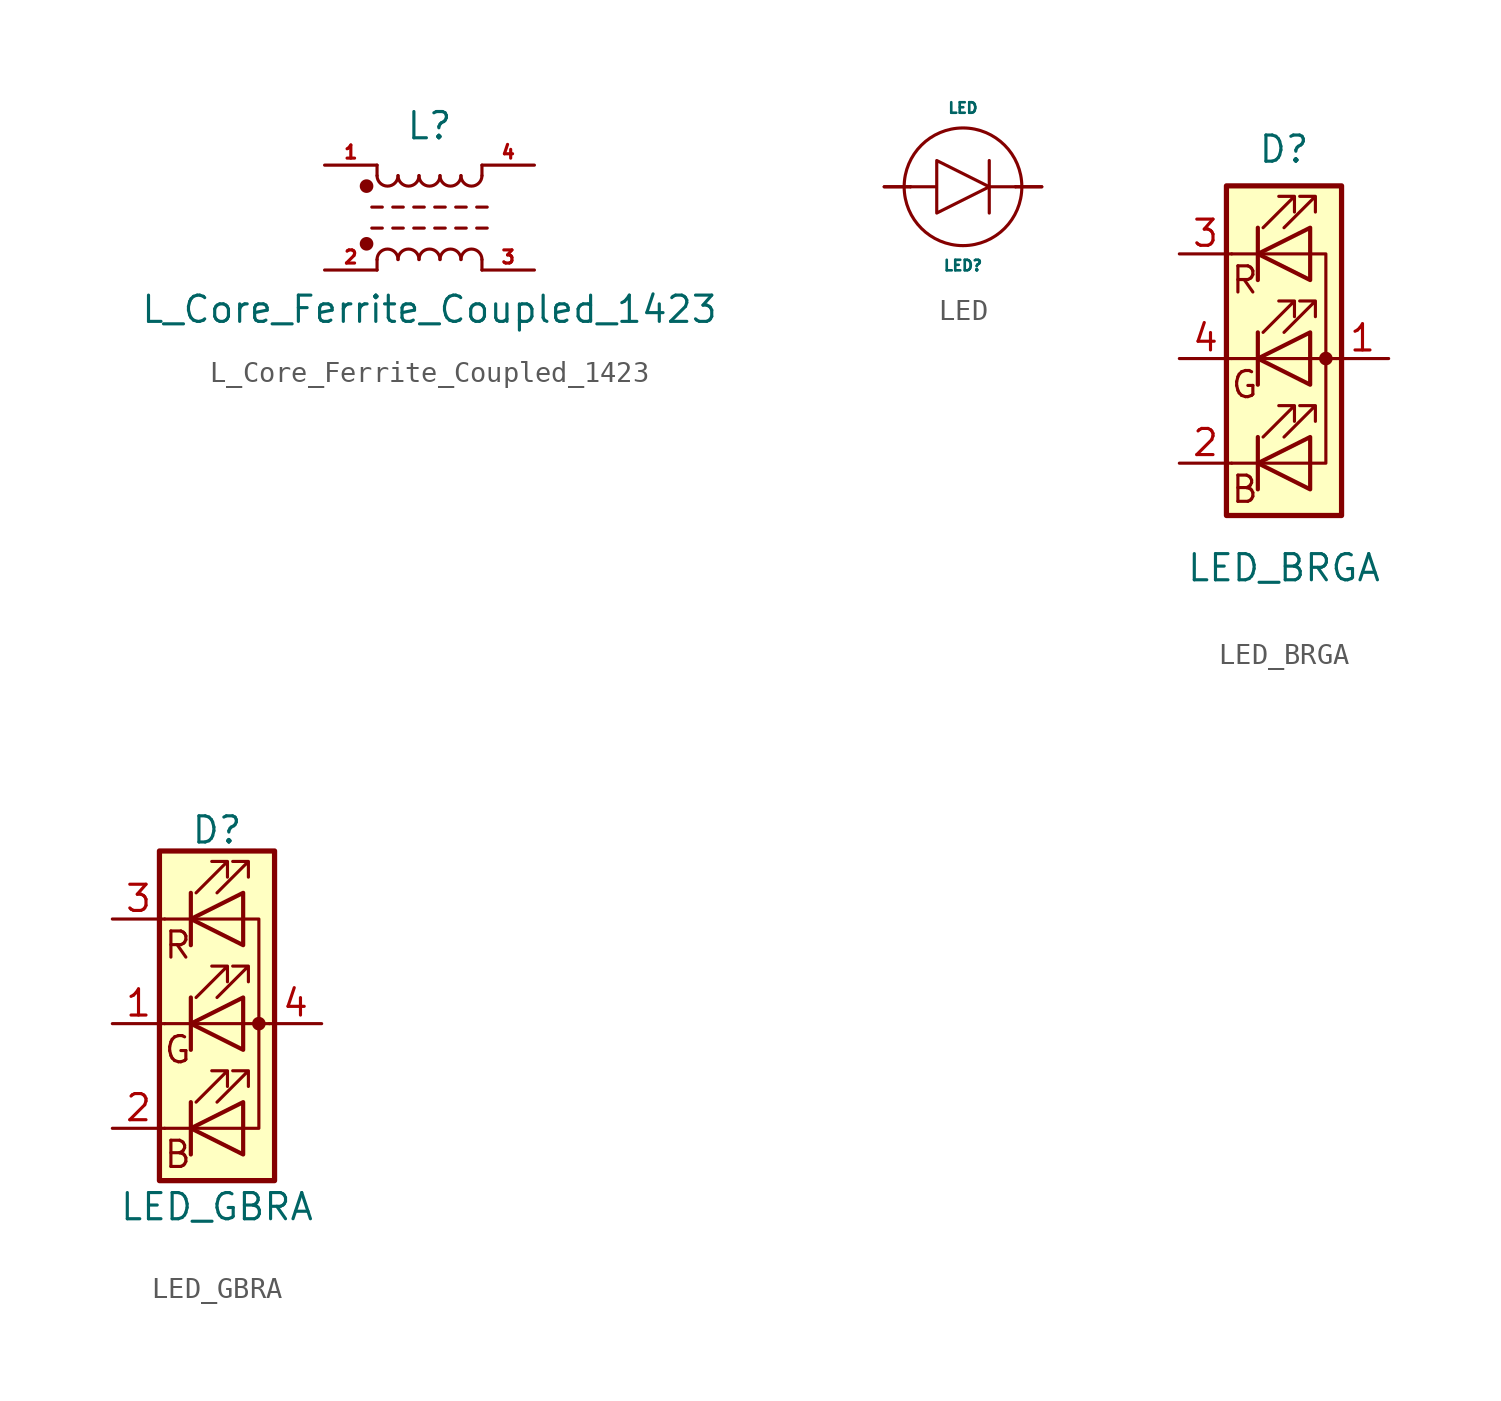
<source format=kicad_sym>
(kicad_symbol_lib
  (version 20211014)
  (generator kicad_symbol_editor)
  (symbol "acheron_Symbols:L_Core_Ferrite_Coupled_1423"
    (pin_names
      (offset 0.254) hide)
    (property "Reference" "L"
      (at 0 4.445 0)
      (effects (font (size 1.27 1.27))))
    (property "Value" "L_Core_Ferrite_Coupled_1423"
      (at 0 -4.445 0)
      (effects (font (size 1.27 1.27))))
    (symbol "L_Core_Ferrite_Coupled_1423_0_1"
      (circle (center -3.048 -1.27) (radius 0.254) (stroke (width 0) (type default) (color 0 0 0 0)) (fill (type outline)))
      (circle (center -3.048 1.524) (radius 0.254) (stroke (width 0) (type default) (color 0 0 0 0)) (fill (type outline)))
      (arc (start -2.54 2.032) (mid -2.032 1.524) (end -1.524 2.032) (stroke (width 0) (type default) (color 0 0 0 0)) (fill (type none)))
      (arc (start -1.524 -2.032) (mid -2.032 -1.524) (end -2.54 -2.032) (stroke (width 0) (type default) (color 0 0 0 0)) (fill (type none)))
      (arc (start -1.524 2.032) (mid -1.016 1.524) (end -0.508 2.032) (stroke (width 0) (type default) (color 0 0 0 0)) (fill (type none)))
      (arc (start -0.508 -2.032) (mid -1.016 -1.524) (end -1.524 -2.032) (stroke (width 0) (type default) (color 0 0 0 0)) (fill (type none)))
      (arc (start -0.508 2.032) (mid 0 1.524) (end 0.508 2.032) (stroke (width 0) (type default) (color 0 0 0 0)) (fill (type none)))
      (polyline (pts (xy -2.794 -0.508) (xy -2.286 -0.508)) (stroke (width 0) (type default) (color 0 0 0 0)) (fill (type none)))
      (polyline (pts (xy -2.794 0.508) (xy -2.286 0.508)) (stroke (width 0) (type default) (color 0 0 0 0)) (fill (type none)))
      (polyline (pts (xy -2.54 -2.032) (xy -2.54 -2.54)) (stroke (width 0) (type default) (color 0 0 0 0)) (fill (type none)))
      (polyline (pts (xy -2.54 2.032) (xy -2.54 2.54)) (stroke (width 0) (type default) (color 0 0 0 0)) (fill (type none)))
      (polyline (pts (xy -1.778 -0.508) (xy -1.27 -0.508)) (stroke (width 0) (type default) (color 0 0 0 0)) (fill (type none)))
      (polyline (pts (xy -1.778 0.508) (xy -1.27 0.508)) (stroke (width 0) (type default) (color 0 0 0 0)) (fill (type none)))
      (polyline (pts (xy -0.762 -0.508) (xy -0.254 -0.508)) (stroke (width 0) (type default) (color 0 0 0 0)) (fill (type none)))
      (polyline (pts (xy -0.762 0.508) (xy -0.254 0.508)) (stroke (width 0) (type default) (color 0 0 0 0)) (fill (type none)))
      (polyline (pts (xy 0.254 -0.508) (xy 0.762 -0.508)) (stroke (width 0) (type default) (color 0 0 0 0)) (fill (type none)))
      (polyline (pts (xy 0.254 0.508) (xy 0.762 0.508)) (stroke (width 0) (type default) (color 0 0 0 0)) (fill (type none)))
      (polyline (pts (xy 1.27 -0.508) (xy 1.778 -0.508)) (stroke (width 0) (type default) (color 0 0 0 0)) (fill (type none)))
      (polyline (pts (xy 1.27 0.508) (xy 1.778 0.508)) (stroke (width 0) (type default) (color 0 0 0 0)) (fill (type none)))
      (polyline (pts (xy 2.286 -0.508) (xy 2.794 -0.508)) (stroke (width 0) (type default) (color 0 0 0 0)) (fill (type none)))
      (polyline (pts (xy 2.286 0.508) (xy 2.794 0.508)) (stroke (width 0) (type default) (color 0 0 0 0)) (fill (type none)))
      (polyline (pts (xy 2.54 -2.032) (xy 2.54 -2.54)) (stroke (width 0) (type default) (color 0 0 0 0)) (fill (type none)))
      (polyline (pts (xy 2.54 2.54) (xy 2.54 2.032)) (stroke (width 0) (type default) (color 0 0 0 0)) (fill (type none)))
      (arc (start 0.508 -2.032) (mid 0 -1.524) (end -0.508 -2.032) (stroke (width 0) (type default) (color 0 0 0 0)) (fill (type none)))
      (arc (start 0.508 2.032) (mid 1.016 1.524) (end 1.524 2.032) (stroke (width 0) (type default) (color 0 0 0 0)) (fill (type none)))
      (arc (start 1.524 -2.032) (mid 1.016 -1.524) (end 0.508 -2.032) (stroke (width 0) (type default) (color 0 0 0 0)) (fill (type none)))
      (arc (start 1.524 2.032) (mid 2.032 1.524) (end 2.54 2.032) (stroke (width 0) (type default) (color 0 0 0 0)) (fill (type none)))
      (arc (start 2.54 -2.032) (mid 2.032 -1.524) (end 1.524 -2.032) (stroke (width 0) (type default) (color 0 0 0 0)) (fill (type none))))
    (symbol "L_Core_Ferrite_Coupled_1423_1_1"
      (pin passive line (at -5.08 2.54 0) (length 2.54) (name "1" (effects (font (size 0.635 0.635)))) (number "1" (effects (font (size 0.635 0.635)))))
      (pin passive line (at -5.08 -2.54 0) (length 2.54) (name "2" (effects (font (size 0.635 0.635)))) (number "2" (effects (font (size 0.635 0.635)))))
      (pin passive line (at 5.08 -2.54 180) (length 2.54) (name "3" (effects (font (size 0.635 0.635)))) (number "3" (effects (font (size 0.635 0.635)))))
      (pin passive line (at 5.08 2.54 180) (length 2.54) (name "4" (effects (font (size 0.635 0.635)))) (number "4" (effects (font (size 0.635 0.635)))))))
  (symbol "acheron_Symbols:LED"
    (pin_names
      (offset 1.016))
    (property "Reference" "LED"
      (at 0 -3.81 0)
      (effects (font (size 0.508 0.508))))
    (property "Value" "LED"
      (at 0 3.81 0)
      (effects (font (size 0.508 0.508))))
    (symbol "LED_0_1"
      (polyline (pts (xy -2.54 0) (xy -3.81 0)) (stroke (width 0) (type default) (color 0 0 0 0)) (fill (type none)))
      (polyline (pts (xy 1.27 0) (xy 2.54 0)) (stroke (width 0) (type default) (color 0 0 0 0)) (fill (type none)))
      (polyline (pts (xy 1.27 1.27) (xy 1.27 -1.27)) (stroke (width 0) (type default) (color 0 0 0 0)) (fill (type none)))
      (polyline (pts (xy 2.54 0) (xy 3.81 0)) (stroke (width 0) (type default) (color 0 0 0 0)) (fill (type none)))
      (polyline (pts (xy -2.54 0) (xy -1.27 0) (xy -1.27 1.27) (xy -1.27 -1.27) (xy 1.27 0) (xy -1.27 1.27) (xy -1.27 0)) (stroke (width 0) (type default) (color 0 0 0 0)) (fill (type none)))
      (circle (center 0 0) (radius 2.845) (stroke (width 0) (type default) (color 0 0 0 0)) (fill (type none))))
    (symbol "LED_1_1"
      (pin input line (at -3.81 0 0) (length 1.27) (name "A" (effects (font (size 0 0)))) (number "A" (effects (font (size 0 0)))))
      (pin output line (at 3.81 0 180) (length 1.27) (name "K" (effects (font (size 0 0)))) (number "K" (effects (font (size 0 0)))))))
  (symbol "acheron_Symbols:LED_BRGA"
    (pin_names
      (offset 0) hide)
    (property "Reference" "D"
      (at 0 10.16 0)
      (effects (font (size 1.27 1.27))))
    (property "Value" "LED_BRGA"
      (at 0 -10.16 0)
      (effects (font (size 1.27 1.27))))
    (symbol "LED_BRGA_1_0"
      (text "B" (at -1.905 -6.35 0) (effects (font (size 1.27 1.27))))
      (text "G" (at -1.905 -1.27 0) (effects (font (size 1.27 1.27))))
      (text "R" (at -1.905 3.81 0) (effects (font (size 1.27 1.27)))))
    (symbol "LED_BRGA_1_1"
      (polyline (pts (xy -2.54 -5.08) (xy 1.27 -5.08)) (stroke (width 0) (type default) (color 0 0 0 0)) (fill (type none)))
      (polyline (pts (xy -1.27 -3.81) (xy -1.27 -6.35)) (stroke (width 0.203) (type default) (color 0 0 0 0)) (fill (type none)))
      (polyline (pts (xy -1.27 1.27) (xy -1.27 -1.27)) (stroke (width 0.203) (type default) (color 0 0 0 0)) (fill (type none)))
      (polyline (pts (xy -1.27 6.35) (xy -1.27 3.81)) (stroke (width 0.203) (type default) (color 0 0 0 0)) (fill (type none)))
      (polyline (pts (xy 1.27 5.08) (xy -2.54 5.08)) (stroke (width 0) (type default) (color 0 0 0 0)) (fill (type none)))
      (polyline (pts (xy 2.54 0) (xy -2.54 0)) (stroke (width 0) (type default) (color 0 0 0 0)) (fill (type none)))
      (polyline (pts (xy 1.27 -5.08) (xy 2.032 -5.08) (xy 2.032 5.08) (xy 1.27 5.08)) (stroke (width 0) (type default) (color 0 0 0 0)) (fill (type none)))
      (polyline (pts (xy 1.27 -3.81) (xy 1.27 -6.35) (xy -1.27 -5.08) (xy 1.27 -3.81)) (stroke (width 0.203) (type default) (color 0 0 0 0)) (fill (type none)))
      (polyline (pts (xy 1.27 1.27) (xy 1.27 -1.27) (xy -1.27 0) (xy 1.27 1.27)) (stroke (width 0.203) (type default) (color 0 0 0 0)) (fill (type none)))
      (polyline (pts (xy 1.27 6.35) (xy 1.27 3.81) (xy -1.27 5.08) (xy 1.27 6.35)) (stroke (width 0.203) (type default) (color 0 0 0 0)) (fill (type none)))
      (polyline (pts (xy -1.016 -3.81) (xy 0.508 -2.286) (xy -0.254 -2.286) (xy 0.508 -2.286) (xy 0.508 -3.048)) (stroke (width 0) (type default) (color 0 0 0 0)) (fill (type none)))
      (polyline (pts (xy -1.016 1.27) (xy 0.508 2.794) (xy -0.254 2.794) (xy 0.508 2.794) (xy 0.508 2.032)) (stroke (width 0) (type default) (color 0 0 0 0)) (fill (type none)))
      (polyline (pts (xy -1.016 6.35) (xy 0.508 7.874) (xy -0.254 7.874) (xy 0.508 7.874) (xy 0.508 7.112)) (stroke (width 0) (type default) (color 0 0 0 0)) (fill (type none)))
      (polyline (pts (xy 0 -3.81) (xy 1.524 -2.286) (xy 0.762 -2.286) (xy 1.524 -2.286) (xy 1.524 -3.048)) (stroke (width 0) (type default) (color 0 0 0 0)) (fill (type none)))
      (polyline (pts (xy 0 1.27) (xy 1.524 2.794) (xy 0.762 2.794) (xy 1.524 2.794) (xy 1.524 2.032)) (stroke (width 0) (type default) (color 0 0 0 0)) (fill (type none)))
      (polyline (pts (xy 0 6.35) (xy 1.524 7.874) (xy 0.762 7.874) (xy 1.524 7.874) (xy 1.524 7.112)) (stroke (width 0) (type default) (color 0 0 0 0)) (fill (type none)))
      (rectangle (start 1.27 6.35) (end 1.27 6.35) (stroke (width 0) (type default) (color 0 0 0 0)) (fill (type none)))
      (circle (center 2.032 0) (radius 0.254) (stroke (width 0) (type default) (color 0 0 0 0)) (fill (type outline)))
      (rectangle (start 2.794 8.382) (end -2.794 -7.62) (stroke (width 0.254) (type default) (color 0 0 0 0)) (fill (type background)))
      (pin passive line (at 5.08 0 180) (length 2.54) (name "4" (effects (font (size 1.27 1.27)))) (number "1" (effects (font (size 1.27 1.27)))))
      (pin passive line (at -5.08 -5.08 0) (length 2.54) (name "1" (effects (font (size 1.27 1.27)))) (number "2" (effects (font (size 1.27 1.27)))))
      (pin passive line (at -5.08 5.08 0) (length 2.54) (name "2" (effects (font (size 1.27 1.27)))) (number "3" (effects (font (size 1.27 1.27)))))
      (pin passive line (at -5.08 0 0) (length 2.54) (name "3" (effects (font (size 1.27 1.27)))) (number "4" (effects (font (size 1.27 1.27)))))))
  (symbol "acheron_Symbols:LED_GBRA"
    (pin_names
      (offset 0) hide)
    (property "Reference" "D"
      (at 0 9.398 0)
      (effects (font (size 1.27 1.27))))
    (property "Value" "LED_GBRA"
      (at 0 -8.89 0)
      (effects (font (size 1.27 1.27))))
    (symbol "LED_GBRA_0_0"
      (text "B" (at -1.905 -6.35 0) (effects (font (size 1.27 1.27))))
      (text "G" (at -1.905 -1.27 0) (effects (font (size 1.27 1.27))))
      (text "R" (at -1.905 3.81 0) (effects (font (size 1.27 1.27)))))
    (symbol "LED_GBRA_0_1"
      (polyline (pts (xy -2.54 -5.08) (xy 1.27 -5.08)) (stroke (width 0) (type default) (color 0 0 0 0)) (fill (type none)))
      (polyline (pts (xy -1.27 -3.81) (xy -1.27 -6.35)) (stroke (width 0.203) (type default) (color 0 0 0 0)) (fill (type none)))
      (polyline (pts (xy -1.27 1.27) (xy -1.27 -1.27)) (stroke (width 0.203) (type default) (color 0 0 0 0)) (fill (type none)))
      (polyline (pts (xy -1.27 6.35) (xy -1.27 3.81)) (stroke (width 0.203) (type default) (color 0 0 0 0)) (fill (type none)))
      (polyline (pts (xy 1.27 5.08) (xy -2.54 5.08)) (stroke (width 0) (type default) (color 0 0 0 0)) (fill (type none)))
      (polyline (pts (xy 2.54 0) (xy -2.54 0)) (stroke (width 0) (type default) (color 0 0 0 0)) (fill (type none)))
      (polyline (pts (xy 1.27 -5.08) (xy 2.032 -5.08) (xy 2.032 5.08) (xy 1.27 5.08)) (stroke (width 0) (type default) (color 0 0 0 0)) (fill (type none)))
      (polyline (pts (xy 1.27 -3.81) (xy 1.27 -6.35) (xy -1.27 -5.08) (xy 1.27 -3.81)) (stroke (width 0.203) (type default) (color 0 0 0 0)) (fill (type none)))
      (polyline (pts (xy 1.27 1.27) (xy 1.27 -1.27) (xy -1.27 0) (xy 1.27 1.27)) (stroke (width 0.203) (type default) (color 0 0 0 0)) (fill (type none)))
      (polyline (pts (xy 1.27 6.35) (xy 1.27 3.81) (xy -1.27 5.08) (xy 1.27 6.35)) (stroke (width 0.203) (type default) (color 0 0 0 0)) (fill (type none)))
      (polyline (pts (xy -1.016 -3.81) (xy 0.508 -2.286) (xy -0.254 -2.286) (xy 0.508 -2.286) (xy 0.508 -3.048)) (stroke (width 0) (type default) (color 0 0 0 0)) (fill (type none)))
      (polyline (pts (xy -1.016 1.27) (xy 0.508 2.794) (xy -0.254 2.794) (xy 0.508 2.794) (xy 0.508 2.032)) (stroke (width 0) (type default) (color 0 0 0 0)) (fill (type none)))
      (polyline (pts (xy -1.016 6.35) (xy 0.508 7.874) (xy -0.254 7.874) (xy 0.508 7.874) (xy 0.508 7.112)) (stroke (width 0) (type default) (color 0 0 0 0)) (fill (type none)))
      (polyline (pts (xy 0 -3.81) (xy 1.524 -2.286) (xy 0.762 -2.286) (xy 1.524 -2.286) (xy 1.524 -3.048)) (stroke (width 0) (type default) (color 0 0 0 0)) (fill (type none)))
      (polyline (pts (xy 0 1.27) (xy 1.524 2.794) (xy 0.762 2.794) (xy 1.524 2.794) (xy 1.524 2.032)) (stroke (width 0) (type default) (color 0 0 0 0)) (fill (type none)))
      (polyline (pts (xy 0 6.35) (xy 1.524 7.874) (xy 0.762 7.874) (xy 1.524 7.874) (xy 1.524 7.112)) (stroke (width 0) (type default) (color 0 0 0 0)) (fill (type none)))
      (rectangle (start 1.27 6.35) (end 1.27 6.35) (stroke (width 0) (type default) (color 0 0 0 0)) (fill (type none)))
      (circle (center 2.032 0) (radius 0.254) (stroke (width 0) (type default) (color 0 0 0 0)) (fill (type outline)))
      (rectangle (start 2.794 8.382) (end -2.794 -7.62) (stroke (width 0.254) (type default) (color 0 0 0 0)) (fill (type background))))
    (symbol "LED_GBRA_1_1"
      (pin passive line (at -5.08 0 0) (length 2.54) (name "GK" (effects (font (size 1.27 1.27)))) (number "1" (effects (font (size 1.27 1.27)))))
      (pin passive line (at -5.08 -5.08 0) (length 2.54) (name "BK" (effects (font (size 1.27 1.27)))) (number "2" (effects (font (size 1.27 1.27)))))
      (pin passive line (at -5.08 5.08 0) (length 2.54) (name "RK" (effects (font (size 1.27 1.27)))) (number "3" (effects (font (size 1.27 1.27)))))
      (pin passive line (at 5.08 0 180) (length 2.54) (name "A" (effects (font (size 1.27 1.27)))) (number "4" (effects (font (size 1.27 1.27))))))))
</source>
